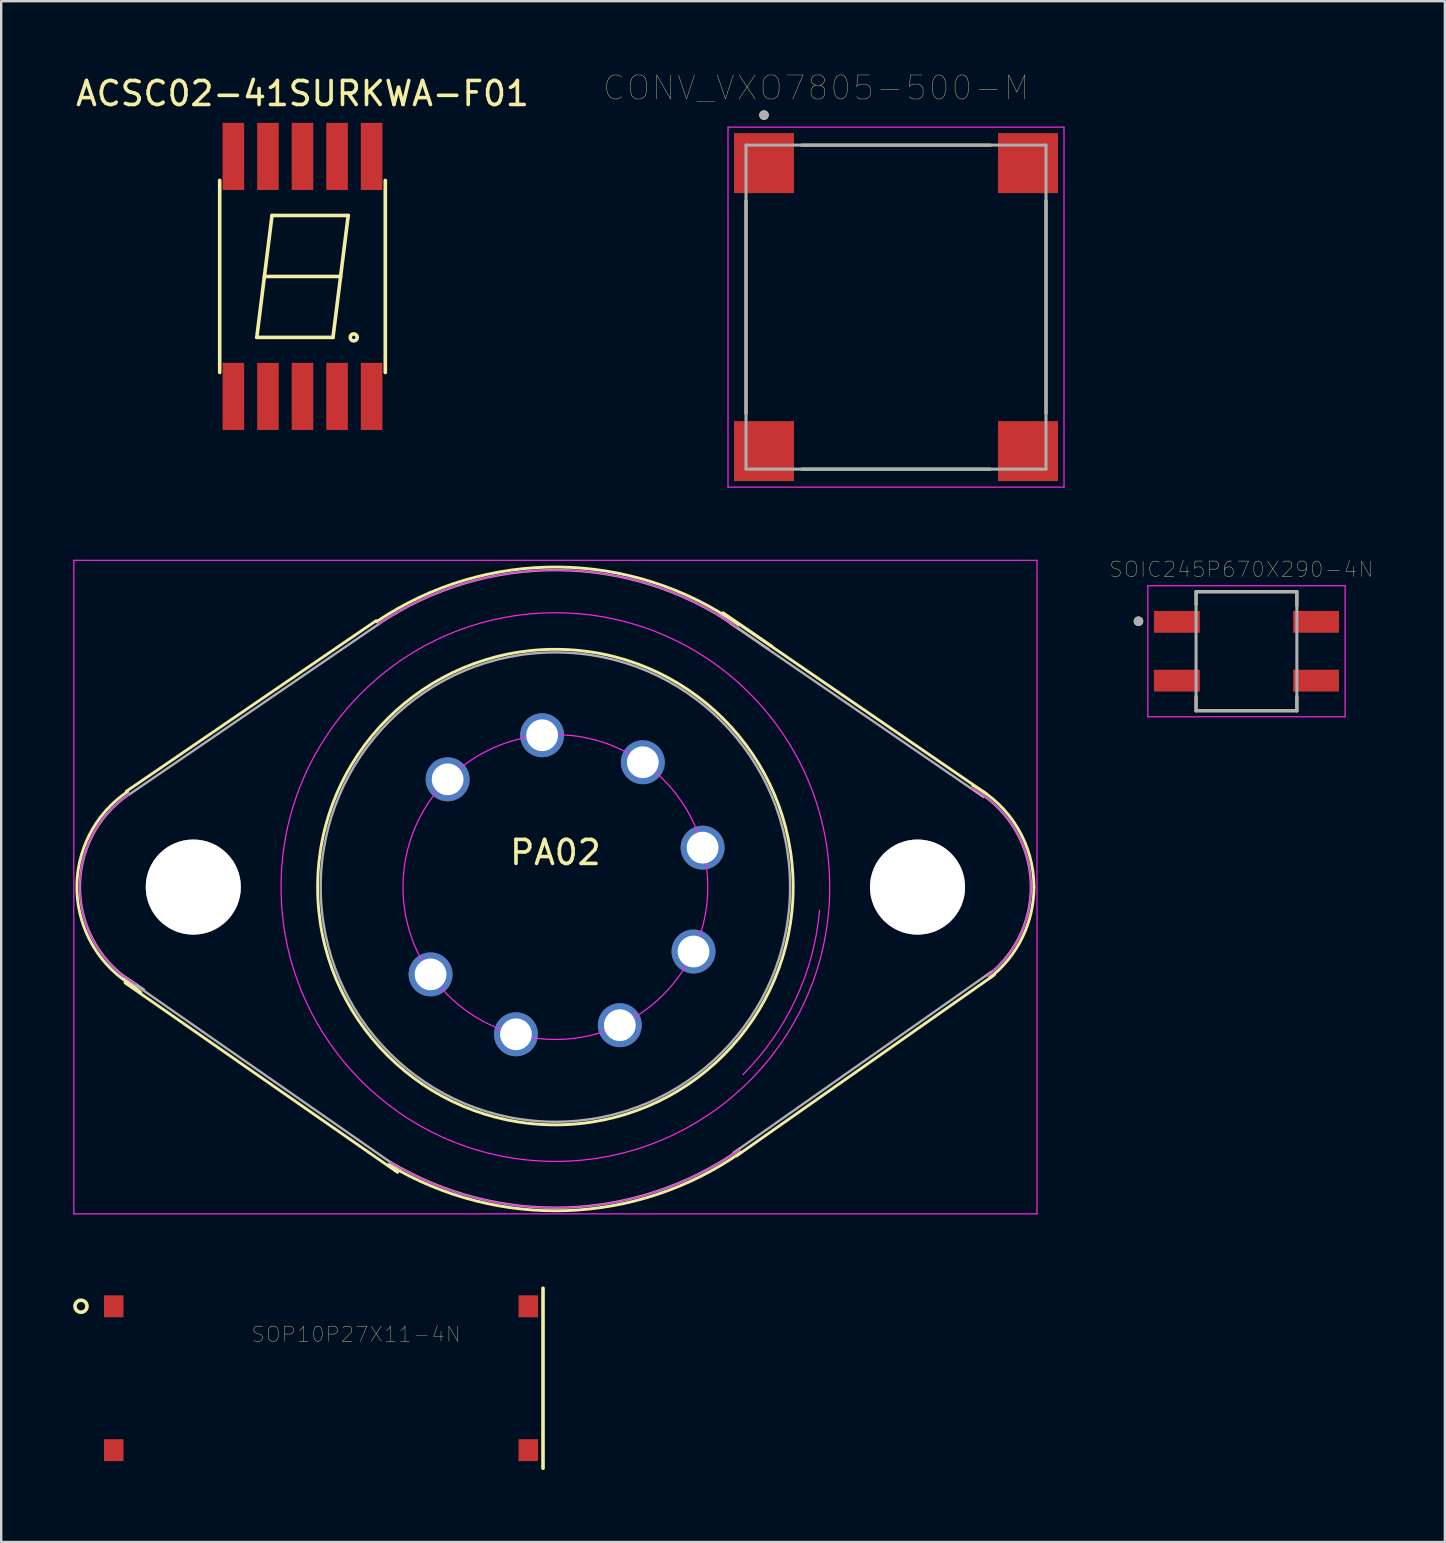
<source format=kicad_pcb>
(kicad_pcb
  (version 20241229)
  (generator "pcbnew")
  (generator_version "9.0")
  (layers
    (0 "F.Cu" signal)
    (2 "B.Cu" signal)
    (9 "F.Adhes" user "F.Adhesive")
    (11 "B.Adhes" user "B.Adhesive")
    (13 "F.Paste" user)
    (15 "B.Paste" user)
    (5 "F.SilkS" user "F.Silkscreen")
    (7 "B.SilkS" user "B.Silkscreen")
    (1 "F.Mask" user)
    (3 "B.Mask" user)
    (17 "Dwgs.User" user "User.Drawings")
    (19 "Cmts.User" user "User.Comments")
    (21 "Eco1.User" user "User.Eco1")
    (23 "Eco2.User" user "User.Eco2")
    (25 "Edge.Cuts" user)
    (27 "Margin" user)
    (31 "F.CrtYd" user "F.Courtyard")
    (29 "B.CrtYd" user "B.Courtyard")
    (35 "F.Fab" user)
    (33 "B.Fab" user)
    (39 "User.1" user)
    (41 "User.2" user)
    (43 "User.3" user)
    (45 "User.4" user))
  (footprint "SOP10P27X11-4N"
    (layer "F.Cu")
    (at 10.325 54.375)
    (property "Reference" "SOP10P27X11-4N" (at 1.46 -1.831 0) (layer "F.SilkS") (effects (font (size 0.63 0.63) (thickness 0.015))))
    (attr through_hole)
    (fp_line (start 9.25 -3.75) (end 9.25 3.75) (stroke (width 0.15) (type solid)) (layer "F.SilkS"))
    (fp_circle (center -10 -3) (end -9.75 -3) (stroke (width 0.15) (type solid)) (fill no) (layer "F.SilkS"))
    (pad "1" smd rect (at -8.636 -2.997) (size 0.813 0.914) (layers "F.Cu" "F.Mask" "F.Paste"))
    (pad "2" smd rect (at -8.636 2.997) (size 0.813 0.914) (layers "F.Cu" "F.Mask" "F.Paste"))
    (pad "3" smd rect (at 8.636 2.997) (size 0.813 0.914) (layers "F.Cu" "F.Mask" "F.Paste"))
    (pad "4" smd rect (at 8.636 -2.997) (size 0.813 0.914) (layers "F.Cu" "F.Mask" "F.Paste")))
  (footprint "SOIC245P670X290-4N"
    (layer "F.Cu")
    (at 48.885 24.085)
    (property "Reference" "SOIC245P670X290-4N" (at -0.218 -3.412 0) (layer "F.SilkS") (effects (font (size 0.641 0.641) (thickness 0.015))))
    (attr through_hole)
    (fp_line (start -2.1 -2.48) (end 2.1 -2.48) (stroke (width 0.127) (type solid)) (layer "F.SilkS"))
    (fp_line (start -2.1 -1.95) (end -2.1 -2.48) (stroke (width 0.127) (type solid)) (layer "F.SilkS"))
    (fp_line (start -2.1 1.9) (end -2.1 2.48) (stroke (width 0.127) (type solid)) (layer "F.SilkS"))
    (fp_line (start -2.1 2.48) (end 2.1 2.48) (stroke (width 0.127) (type solid)) (layer "F.SilkS"))
    (fp_line (start 2.1 -2.48) (end 2.1 -1.9) (stroke (width 0.127) (type solid)) (layer "F.SilkS"))
    (fp_line (start 2.1 2.48) (end 2.1 1.9) (stroke (width 0.127) (type solid)) (layer "F.SilkS"))
    (fp_circle (center -4.5 -1.25) (end -4.4 -1.25) (stroke (width 0.2) (type solid)) (fill no) (layer "F.SilkS"))
    (fp_line (start -4.11 -2.73) (end -4.11 2.73) (stroke (width 0.05) (type solid)) (layer "F.CrtYd"))
    (fp_line (start -4.11 2.73) (end 4.11 2.73) (stroke (width 0.05) (type solid)) (layer "F.CrtYd"))
    (fp_line (start 4.11 -2.73) (end -4.11 -2.73) (stroke (width 0.05) (type solid)) (layer "F.CrtYd"))
    (fp_line (start 4.11 2.73) (end 4.11 -2.73) (stroke (width 0.05) (type solid)) (layer "F.CrtYd"))
    (fp_line (start -2.1 -2.48) (end 2.1 -2.48) (stroke (width 0.127) (type solid)) (layer "F.Fab"))
    (fp_line (start -2.1 2.48) (end -2.1 -2.48) (stroke (width 0.127) (type solid)) (layer "F.Fab"))
    (fp_line (start 2.1 -2.48) (end 2.1 2.48) (stroke (width 0.127) (type solid)) (layer "F.Fab"))
    (fp_line (start 2.1 2.48) (end -2.1 2.48) (stroke (width 0.127) (type solid)) (layer "F.Fab"))
    (fp_circle (center -4.5 -1.25) (end -4.4 -1.25) (stroke (width 0.2) (type solid)) (fill no) (layer "F.Fab"))
    (pad "1" smd rect (at -2.9 -1.225) (size 1.91 0.91) (layers "F.Cu" "F.Mask" "F.Paste"))
    (pad "2" smd rect (at -2.9 1.225) (size 1.91 0.91) (layers "F.Cu" "F.Mask" "F.Paste"))
    (pad "3" smd rect (at 2.9 1.225) (size 1.91 0.91) (layers "F.Cu" "F.Mask" "F.Paste"))
    (pad "4" smd rect (at 2.9 -1.225) (size 1.91 0.91) (layers "F.Cu" "F.Mask" "F.Paste")))
  (footprint "PA02"
    (layer "F.Cu")
    (at 15.601 29.421)
    (property "Reference" "PA02" (at 4.49 3.048 0) (layer "F.SilkS") (effects (font (size 1 1) (thickness 0.15))))
    (attr through_hole)
    (fp_line (start -13.442 8.275) (end -12.782 8.884) (stroke (width 0.12) (type solid)) (layer "F.SilkS"))
    (fp_line (start -13.442 8.478) (end -2.088 16.377) (stroke (width 0.12) (type solid)) (layer "F.SilkS"))
    (fp_line (start -13.391 0.502) (end -2.977 -6.61) (stroke (width 0.12) (type solid)) (layer "F.SilkS"))
    (fp_line (start 11.475 -6.94) (end 13.507 -5.543) (stroke (width 0.12) (type solid)) (layer "F.SilkS"))
    (fp_line (start 11.932 -6.61) (end 22.448 0.604) (stroke (width 0.12) (type solid)) (layer "F.SilkS"))
    (fp_line (start 12.034 15.692) (end 22.778 8.148) (stroke (width 0.12) (type solid)) (layer "F.SilkS"))
    (fp_arc (start -13.048572 8.647569) (mid -15.445947 4.657666) (end -13.332733 0.510251) (stroke (width 0.12) (type solid)) (layer "F.SilkS"))
    (fp_arc (start -2.966709 -6.565088) (mid 4.606497 -8.844364) (end 12.13877 -6.433264) (stroke (width 0.12) (type solid)) (layer "F.SilkS"))
    (fp_arc (start 12.226183 15.538359) (mid 4.960832 17.969312) (end -2.456396 16.051086) (stroke (width 0.12) (type solid)) (layer "F.SilkS"))
    (fp_arc (start 21.882273 0.25145) (mid 23.743445 2.017636) (end 24.429128 4.490128) (stroke (width 0.12) (type solid)) (layer "F.SilkS"))
    (fp_arc (start 24.429129 4.490128) (mid 23.94328 6.594573) (end 22.584073 8.273053) (stroke (width 0.12) (type solid)) (layer "F.SilkS"))
    (fp_circle (center 4.49 4.49) (end 14.396 4.49) (stroke (width 0.12) (type solid)) (fill no) (layer "F.SilkS"))
    (fp_line (start -15.576 -9.124) (end 24.556 -9.124) (stroke (width 0.05) (type solid)) (layer "F.CrtYd"))
    (fp_line (start -15.576 18.105) (end -15.576 -9.124) (stroke (width 0.05) (type solid)) (layer "F.CrtYd"))
    (fp_line (start 24.556 -9.124) (end 24.556 18.105) (stroke (width 0.05) (type solid)) (layer "F.CrtYd"))
    (fp_line (start 24.556 18.105) (end -15.576 18.105) (stroke (width 0.05) (type solid)) (layer "F.CrtYd"))
    (fp_arc (start -12.985072 8.537584) (mid -15.319025 4.653234) (end -13.261716 0.615538) (stroke (width 0.05) (type solid)) (layer "F.CrtYd"))
    (fp_arc (start -2.895692 -6.459801) (mid 4.605388 -8.71737) (end 12.065926 -6.329232) (stroke (width 0.05) (type solid)) (layer "F.CrtYd"))
    (fp_arc (start 12.153339 15.434326) (mid 4.9564 17.842389) (end -2.390986 15.942226) (stroke (width 0.05) (type solid)) (layer "F.CrtYd"))
    (fp_arc (start 15.497083 5.453112) (mid 14.503923 9.159637) (end 12.302951 12.302951) (stroke (width 0.05) (type solid)) (layer "F.CrtYd"))
    (fp_arc (start 21.82265 0.363584) (mid 24.284343 4.082797) (end 22.505884 8.172975) (stroke (width 0.05) (type solid)) (layer "F.CrtYd"))
    (fp_circle (center 4.49 4.49) (end 10.84 4.49) (stroke (width 0.05) (type solid)) (fill no) (layer "F.CrtYd"))
    (fp_circle (center 4.49 4.49) (end 15.92 4.49) (stroke (width 0.05) (type solid)) (fill no) (layer "F.CrtYd"))
    (fp_line (start -13.569 8.148) (end -12.655 8.757) (stroke (width 0.1) (type solid)) (layer "F.Fab"))
    (fp_line (start -13.315 8.351) (end -1.961 16.25) (stroke (width 0.1) (type solid)) (layer "F.Fab"))
    (fp_line (start -13.264 0.629) (end -2.85 -6.483) (stroke (width 0.1) (type solid)) (layer "F.Fab"))
    (fp_line (start 11.348 -6.813) (end 13.38 -5.416) (stroke (width 0.1) (type solid)) (layer "F.Fab"))
    (fp_line (start 11.805 -6.483) (end 22.321 0.731) (stroke (width 0.1) (type solid)) (layer "F.Fab"))
    (fp_line (start 11.907 15.565) (end 22.651 8.021) (stroke (width 0.1) (type solid)) (layer "F.Fab"))
    (fp_arc (start -12.985072 8.537584) (mid -15.319025 4.653234) (end -13.261716 0.615538) (stroke (width 0.1) (type solid)) (layer "F.Fab"))
    (fp_arc (start -2.895692 -6.459801) (mid 4.605388 -8.71737) (end 12.065926 -6.329232) (stroke (width 0.1) (type solid)) (layer "F.Fab"))
    (fp_arc (start 12.153339 15.434326) (mid 4.9564 17.842389) (end -2.390986 15.942226) (stroke (width 0.1) (type solid)) (layer "F.Fab"))
    (fp_arc (start 21.82265 0.363584) (mid 24.284343 4.082797) (end 22.505884 8.172975) (stroke (width 0.1) (type solid)) (layer "F.Fab"))
    (fp_circle (center 4.49 4.49) (end 14.269 4.49) (stroke (width 0.1) (type solid)) (fill no) (layer "F.Fab"))
    (pad "1" thru_hole circle (at -0.711 8.128 80) (size 1.829 1.829) (drill 1.321) (layers "*.Cu" "*.Mask"))
    (pad "2" thru_hole circle (at 2.847 10.624 120) (size 1.829 1.829) (drill 1.321) (layers "*.Cu" "*.Mask"))
    (pad "3" thru_hole circle (at 7.174 10.245 160) (size 1.829 1.829) (drill 1.321) (layers "*.Cu" "*.Mask"))
    (pad "4" thru_hole circle (at 10.245 7.174 200) (size 1.829 1.829) (drill 1.321) (layers "*.Cu" "*.Mask"))
    (pad "5" thru_hole circle (at 10.624 2.847 240) (size 1.829 1.829) (drill 1.321) (layers "*.Cu" "*.Mask"))
    (pad "6" thru_hole circle (at 8.132 -0.711 280) (size 1.829 1.829) (drill 1.321) (layers "*.Cu" "*.Mask"))
    (pad "7" thru_hole circle (at 3.937 -1.836 320) (size 1.829 1.829) (drill 1.321) (layers "*.Cu" "*.Mask"))
    (pad "8" thru_hole circle (at 0 0) (size 1.829 1.829) (drill 1.321) (layers "*.Cu" "*.Mask"))
    (pad "9" thru_hole circle (at 19.578 4.49) (size 3.962 3.962) (drill 3.962) (layers "*.Cu" "*.Mask"))
    (pad "10" thru_hole circle (at -10.597 4.49) (size 3.962 3.962) (drill 3.962) (layers "*.Cu" "*.Mask")))
  (footprint "ACSC02-41SURKWA-F01"
    (layer "F.Cu")
    (at 9.554 8.468)
    (property "Reference" "ACSC02-41SURKWA-F01" (at 0 -7.62 0) (layer "F.SilkS") (effects (font (size 1 1) (thickness 0.15))))
    (attr through_hole)
    (fp_line (start -3.45 -4) (end -3.45 4) (stroke (width 0.15) (type solid)) (layer "F.SilkS"))
    (fp_line (start -1.905 2.54) (end 1.27 2.54) (stroke (width 0.15) (type solid)) (layer "F.SilkS"))
    (fp_line (start -1.587 0) (end 1.587 0) (stroke (width 0.15) (type solid)) (layer "F.SilkS"))
    (fp_line (start -1.27 -2.54) (end -1.905 2.54) (stroke (width 0.15) (type solid)) (layer "F.SilkS"))
    (fp_line (start -1.27 -2.54) (end 1.905 -2.54) (stroke (width 0.15) (type solid)) (layer "F.SilkS"))
    (fp_line (start 1.905 -2.54) (end 1.27 2.54) (stroke (width 0.15) (type solid)) (layer "F.SilkS"))
    (fp_line (start 3.45 4) (end 3.45 -4) (stroke (width 0.15) (type solid)) (layer "F.SilkS"))
    (fp_circle (center 2.134 2.54) (end 2.184 2.489) (stroke (width 0.15) (type solid)) (fill no) (layer "F.SilkS"))
    (pad "1" smd rect (at -2.88 5) (size 0.9 2.8) (layers "F.Cu" "F.Mask" "F.Paste"))
    (pad "2" smd rect (at -1.44 5) (size 0.9 2.8) (layers "F.Cu" "F.Mask" "F.Paste"))
    (pad "3" smd rect (at 0 5) (size 0.9 2.8) (layers "F.Cu" "F.Mask" "F.Paste"))
    (pad "4" smd rect (at 1.44 5) (size 0.9 2.8) (layers "F.Cu" "F.Mask" "F.Paste"))
    (pad "5" smd rect (at 2.88 5) (size 0.9 2.8) (layers "F.Cu" "F.Mask" "F.Paste"))
    (pad "6" smd rect (at 2.88 -5) (size 0.9 2.8) (layers "F.Cu" "F.Mask" "F.Paste"))
    (pad "7" smd rect (at 1.44 -5) (size 0.9 2.8) (layers "F.Cu" "F.Mask" "F.Paste"))
    (pad "8" smd rect (at 0 -5) (size 0.9 2.8) (layers "F.Cu" "F.Mask" "F.Paste"))
    (pad "9" smd rect (at -1.44 -5) (size 0.9 2.8) (layers "F.Cu" "F.Mask" "F.Paste"))
    (pad "10" smd rect (at -2.88 -5) (size 0.9 2.8) (layers "F.Cu" "F.Mask" "F.Paste")))
  (footprint "CONV_VXO7805-500-M"
    (layer "F.Cu")
    (at 34.283 9.746)
    (property "Reference" "CONV_VXO7805-500-M" (at -3.325 -9.135 0) (layer "F.SilkS") (effects (font (size 1 1) (thickness 0.015))))
    (attr through_hole)
    (fp_line (start -6.25 4.43) (end -6.25 -4.43) (stroke (width 0.127) (type solid)) (layer "F.SilkS"))
    (fp_line (start -3.93 -6.75) (end 3.93 -6.75) (stroke (width 0.127) (type solid)) (layer "F.SilkS"))
    (fp_line (start 3.93 6.75) (end -3.93 6.75) (stroke (width 0.127) (type solid)) (layer "F.SilkS"))
    (fp_line (start 6.25 -4.43) (end 6.25 4.43) (stroke (width 0.127) (type solid)) (layer "F.SilkS"))
    (fp_circle (center -5.5 -8) (end -5.4 -8) (stroke (width 0.2) (type solid)) (fill no) (layer "F.SilkS"))
    (fp_line (start -7 -7.5) (end 7 -7.5) (stroke (width 0.05) (type solid)) (layer "F.CrtYd"))
    (fp_line (start -7 7.5) (end -7 -7.5) (stroke (width 0.05) (type solid)) (layer "F.CrtYd"))
    (fp_line (start 7 -7.5) (end 7 7.5) (stroke (width 0.05) (type solid)) (layer "F.CrtYd"))
    (fp_line (start 7 7.5) (end -7 7.5) (stroke (width 0.05) (type solid)) (layer "F.CrtYd"))
    (fp_line (start -6.25 -6.75) (end 6.25 -6.75) (stroke (width 0.127) (type solid)) (layer "F.Fab"))
    (fp_line (start -6.25 6.75) (end -6.25 -6.75) (stroke (width 0.127) (type solid)) (layer "F.Fab"))
    (fp_line (start 6.25 -6.75) (end 6.25 6.75) (stroke (width 0.127) (type solid)) (layer "F.Fab"))
    (fp_line (start 6.25 6.75) (end -6.25 6.75) (stroke (width 0.127) (type solid)) (layer "F.Fab"))
    (fp_circle (center -5.5 -8) (end -5.4 -8) (stroke (width 0.2) (type solid)) (fill no) (layer "F.Fab"))
    (pad "1" smd rect (at -5.5 -6) (size 2.5 2.5) (layers "F.Cu" "F.Mask" "F.Paste"))
    (pad "2" smd rect (at 5.5 -6) (size 2.5 2.5) (layers "F.Cu" "F.Mask" "F.Paste"))
    (pad "3" smd rect (at 5.5 6) (size 2.5 2.5) (layers "F.Cu" "F.Mask" "F.Paste"))
    (pad "4" smd rect (at -5.5 6) (size 2.5 2.5) (layers "F.Cu" "F.Mask" "F.Paste")))
  (gr_rect
    (start -3 -3)
    (end 57.151 61.2)
    (stroke (width 0.1) (type default))
    (fill no)
    (layer "Edge.Cuts")))
</source>
